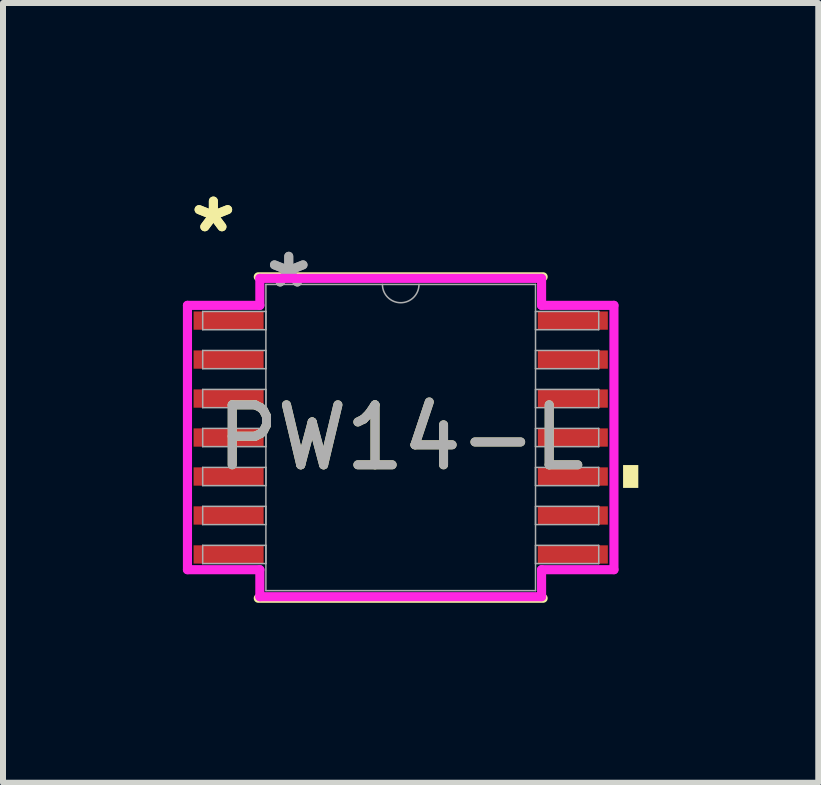
<source format=kicad_pcb>
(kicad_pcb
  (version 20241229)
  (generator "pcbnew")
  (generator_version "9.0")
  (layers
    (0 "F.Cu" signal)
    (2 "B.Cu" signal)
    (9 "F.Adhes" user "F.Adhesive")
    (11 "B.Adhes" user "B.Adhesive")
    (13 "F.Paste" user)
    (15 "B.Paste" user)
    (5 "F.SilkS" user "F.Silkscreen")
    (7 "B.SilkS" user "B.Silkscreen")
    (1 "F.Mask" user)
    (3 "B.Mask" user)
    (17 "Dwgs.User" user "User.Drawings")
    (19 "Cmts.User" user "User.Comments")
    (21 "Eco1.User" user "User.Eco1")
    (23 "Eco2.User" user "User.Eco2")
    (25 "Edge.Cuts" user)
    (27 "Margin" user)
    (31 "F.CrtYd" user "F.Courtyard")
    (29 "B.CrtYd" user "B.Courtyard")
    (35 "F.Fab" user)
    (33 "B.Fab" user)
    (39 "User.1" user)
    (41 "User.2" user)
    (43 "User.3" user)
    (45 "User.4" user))
  (footprint "PW14-L"
    (layer "F.Cu")
    (at 3.632 4.246)
    (property "Reference" "PW14-L" (at 0 0 0) (unlocked yes) (layer "F.SilkS") (effects (font (size 1 1) (thickness 0.15))))
    (attr smd)
    (fp_line (start -2.375 2.68) (end 2.375 2.68) (stroke (width 0.152) (type solid)) (layer "F.SilkS"))
    (fp_line (start 2.375 -2.68) (end -2.375 -2.68) (stroke (width 0.152) (type solid)) (layer "F.SilkS"))
    (fp_poly (pts (xy 3.962 0.459) (xy 3.962 0.84) (xy 3.708 0.84) (xy 3.708 0.459)) (stroke (width 0) (type solid)) (fill yes) (layer "F.SilkS"))
    (fp_line (start -3.556 -2.204) (end -2.349 -2.204) (stroke (width 0.152) (type solid)) (layer "F.CrtYd"))
    (fp_line (start -3.556 2.204) (end -3.556 -2.204) (stroke (width 0.152) (type solid)) (layer "F.CrtYd"))
    (fp_line (start -3.556 2.204) (end -2.349 2.204) (stroke (width 0.152) (type solid)) (layer "F.CrtYd"))
    (fp_line (start -2.349 -2.654) (end 2.349 -2.654) (stroke (width 0.152) (type solid)) (layer "F.CrtYd"))
    (fp_line (start -2.349 -2.204) (end -2.349 -2.654) (stroke (width 0.152) (type solid)) (layer "F.CrtYd"))
    (fp_line (start -2.349 2.654) (end -2.349 2.204) (stroke (width 0.152) (type solid)) (layer "F.CrtYd"))
    (fp_line (start 2.349 -2.654) (end 2.349 -2.204) (stroke (width 0.152) (type solid)) (layer "F.CrtYd"))
    (fp_line (start 2.349 2.204) (end 2.349 2.654) (stroke (width 0.152) (type solid)) (layer "F.CrtYd"))
    (fp_line (start 2.349 2.654) (end -2.349 2.654) (stroke (width 0.152) (type solid)) (layer "F.CrtYd"))
    (fp_line (start 3.556 -2.204) (end 2.349 -2.204) (stroke (width 0.152) (type solid)) (layer "F.CrtYd"))
    (fp_line (start 3.556 -2.204) (end 3.556 2.204) (stroke (width 0.152) (type solid)) (layer "F.CrtYd"))
    (fp_line (start 3.556 2.204) (end 2.349 2.204) (stroke (width 0.152) (type solid)) (layer "F.CrtYd"))
    (fp_line (start -3.302 -2.102) (end -3.302 -1.798) (stroke (width 0.025) (type solid)) (layer "F.Fab"))
    (fp_line (start -3.302 -1.798) (end -2.248 -1.798) (stroke (width 0.025) (type solid)) (layer "F.Fab"))
    (fp_line (start -3.302 -1.452) (end -3.302 -1.148) (stroke (width 0.025) (type solid)) (layer "F.Fab"))
    (fp_line (start -3.302 -1.148) (end -2.248 -1.148) (stroke (width 0.025) (type solid)) (layer "F.Fab"))
    (fp_line (start -3.302 -0.802) (end -3.302 -0.498) (stroke (width 0.025) (type solid)) (layer "F.Fab"))
    (fp_line (start -3.302 -0.498) (end -2.248 -0.498) (stroke (width 0.025) (type solid)) (layer "F.Fab"))
    (fp_line (start -3.302 -0.152) (end -3.302 0.152) (stroke (width 0.025) (type solid)) (layer "F.Fab"))
    (fp_line (start -3.302 0.152) (end -2.248 0.152) (stroke (width 0.025) (type solid)) (layer "F.Fab"))
    (fp_line (start -3.302 0.498) (end -3.302 0.802) (stroke (width 0.025) (type solid)) (layer "F.Fab"))
    (fp_line (start -3.302 0.802) (end -2.248 0.802) (stroke (width 0.025) (type solid)) (layer "F.Fab"))
    (fp_line (start -3.302 1.148) (end -3.302 1.452) (stroke (width 0.025) (type solid)) (layer "F.Fab"))
    (fp_line (start -3.302 1.452) (end -2.248 1.452) (stroke (width 0.025) (type solid)) (layer "F.Fab"))
    (fp_line (start -3.302 1.798) (end -3.302 2.102) (stroke (width 0.025) (type solid)) (layer "F.Fab"))
    (fp_line (start -3.302 2.102) (end -2.248 2.102) (stroke (width 0.025) (type solid)) (layer "F.Fab"))
    (fp_line (start -2.248 -2.553) (end -2.248 2.553) (stroke (width 0.025) (type solid)) (layer "F.Fab"))
    (fp_line (start -2.248 -2.102) (end -3.302 -2.102) (stroke (width 0.025) (type solid)) (layer "F.Fab"))
    (fp_line (start -2.248 -1.798) (end -2.248 -2.102) (stroke (width 0.025) (type solid)) (layer "F.Fab"))
    (fp_line (start -2.248 -1.452) (end -3.302 -1.452) (stroke (width 0.025) (type solid)) (layer "F.Fab"))
    (fp_line (start -2.248 -1.148) (end -2.248 -1.452) (stroke (width 0.025) (type solid)) (layer "F.Fab"))
    (fp_line (start -2.248 -0.802) (end -3.302 -0.802) (stroke (width 0.025) (type solid)) (layer "F.Fab"))
    (fp_line (start -2.248 -0.498) (end -2.248 -0.802) (stroke (width 0.025) (type solid)) (layer "F.Fab"))
    (fp_line (start -2.248 -0.152) (end -3.302 -0.152) (stroke (width 0.025) (type solid)) (layer "F.Fab"))
    (fp_line (start -2.248 0.152) (end -2.248 -0.152) (stroke (width 0.025) (type solid)) (layer "F.Fab"))
    (fp_line (start -2.248 0.498) (end -3.302 0.498) (stroke (width 0.025) (type solid)) (layer "F.Fab"))
    (fp_line (start -2.248 0.802) (end -2.248 0.498) (stroke (width 0.025) (type solid)) (layer "F.Fab"))
    (fp_line (start -2.248 1.148) (end -3.302 1.148) (stroke (width 0.025) (type solid)) (layer "F.Fab"))
    (fp_line (start -2.248 1.452) (end -2.248 1.148) (stroke (width 0.025) (type solid)) (layer "F.Fab"))
    (fp_line (start -2.248 1.798) (end -3.302 1.798) (stroke (width 0.025) (type solid)) (layer "F.Fab"))
    (fp_line (start -2.248 2.102) (end -2.248 1.798) (stroke (width 0.025) (type solid)) (layer "F.Fab"))
    (fp_line (start -2.248 2.553) (end 2.248 2.553) (stroke (width 0.025) (type solid)) (layer "F.Fab"))
    (fp_line (start 2.248 -2.553) (end -2.248 -2.553) (stroke (width 0.025) (type solid)) (layer "F.Fab"))
    (fp_line (start 2.248 -2.102) (end 2.248 -1.798) (stroke (width 0.025) (type solid)) (layer "F.Fab"))
    (fp_line (start 2.248 -1.798) (end 3.302 -1.798) (stroke (width 0.025) (type solid)) (layer "F.Fab"))
    (fp_line (start 2.248 -1.452) (end 2.248 -1.148) (stroke (width 0.025) (type solid)) (layer "F.Fab"))
    (fp_line (start 2.248 -1.148) (end 3.302 -1.148) (stroke (width 0.025) (type solid)) (layer "F.Fab"))
    (fp_line (start 2.248 -0.802) (end 2.248 -0.498) (stroke (width 0.025) (type solid)) (layer "F.Fab"))
    (fp_line (start 2.248 -0.498) (end 3.302 -0.498) (stroke (width 0.025) (type solid)) (layer "F.Fab"))
    (fp_line (start 2.248 -0.152) (end 2.248 0.152) (stroke (width 0.025) (type solid)) (layer "F.Fab"))
    (fp_line (start 2.248 0.152) (end 3.302 0.152) (stroke (width 0.025) (type solid)) (layer "F.Fab"))
    (fp_line (start 2.248 0.498) (end 2.248 0.802) (stroke (width 0.025) (type solid)) (layer "F.Fab"))
    (fp_line (start 2.248 0.802) (end 3.302 0.802) (stroke (width 0.025) (type solid)) (layer "F.Fab"))
    (fp_line (start 2.248 1.148) (end 2.248 1.452) (stroke (width 0.025) (type solid)) (layer "F.Fab"))
    (fp_line (start 2.248 1.452) (end 3.302 1.452) (stroke (width 0.025) (type solid)) (layer "F.Fab"))
    (fp_line (start 2.248 1.798) (end 2.248 2.102) (stroke (width 0.025) (type solid)) (layer "F.Fab"))
    (fp_line (start 2.248 2.102) (end 3.302 2.102) (stroke (width 0.025) (type solid)) (layer "F.Fab"))
    (fp_line (start 2.248 2.553) (end 2.248 -2.553) (stroke (width 0.025) (type solid)) (layer "F.Fab"))
    (fp_line (start 3.302 -2.102) (end 2.248 -2.102) (stroke (width 0.025) (type solid)) (layer "F.Fab"))
    (fp_line (start 3.302 -1.798) (end 3.302 -2.102) (stroke (width 0.025) (type solid)) (layer "F.Fab"))
    (fp_line (start 3.302 -1.452) (end 2.248 -1.452) (stroke (width 0.025) (type solid)) (layer "F.Fab"))
    (fp_line (start 3.302 -1.148) (end 3.302 -1.452) (stroke (width 0.025) (type solid)) (layer "F.Fab"))
    (fp_line (start 3.302 -0.802) (end 2.248 -0.802) (stroke (width 0.025) (type solid)) (layer "F.Fab"))
    (fp_line (start 3.302 -0.498) (end 3.302 -0.802) (stroke (width 0.025) (type solid)) (layer "F.Fab"))
    (fp_line (start 3.302 -0.152) (end 2.248 -0.152) (stroke (width 0.025) (type solid)) (layer "F.Fab"))
    (fp_line (start 3.302 0.152) (end 3.302 -0.152) (stroke (width 0.025) (type solid)) (layer "F.Fab"))
    (fp_line (start 3.302 0.498) (end 2.248 0.498) (stroke (width 0.025) (type solid)) (layer "F.Fab"))
    (fp_line (start 3.302 0.802) (end 3.302 0.498) (stroke (width 0.025) (type solid)) (layer "F.Fab"))
    (fp_line (start 3.302 1.148) (end 2.248 1.148) (stroke (width 0.025) (type solid)) (layer "F.Fab"))
    (fp_line (start 3.302 1.452) (end 3.302 1.148) (stroke (width 0.025) (type solid)) (layer "F.Fab"))
    (fp_line (start 3.302 1.798) (end 2.248 1.798) (stroke (width 0.025) (type solid)) (layer "F.Fab"))
    (fp_line (start 3.302 2.102) (end 3.302 1.798) (stroke (width 0.025) (type solid)) (layer "F.Fab"))
    (fp_arc (start 0.3048 -2.5527) (mid 0 -2.2479) (end -0.3048 -2.5527) (stroke (width 0.0254) (type solid)) (layer "F.Fab"))
    (fp_text user "*" (at -3.124 -3.398 0) (unlocked yes) (layer "F.SilkS") (effects (font (size 1 1) (thickness 0.15))))
    (fp_text user "*" (at -3.124 -3.398 0) (layer "F.SilkS") (effects (font (size 1 1) (thickness 0.15))))
    (fp_text user "${REFERENCE}" (at 0 0 0) (unlocked yes) (layer "F.Fab") (effects (font (size 1 1) (thickness 0.15))))
    (fp_text user "*" (at -1.867 -2.477 0) (unlocked yes) (layer "F.Fab") (effects (font (size 1 1) (thickness 0.15))))
    (fp_text user "*" (at -1.867 -2.477 0) (layer "F.Fab") (effects (font (size 1 1) (thickness 0.15))))
    (pad "1" smd rect (at -2.87 -1.95) (size 1.168 0.305) (layers "F.Cu" "F.Mask" "F.Paste"))
    (pad "2" smd rect (at -2.87 -1.3) (size 1.168 0.305) (layers "F.Cu" "F.Mask" "F.Paste"))
    (pad "3" smd rect (at -2.87 -0.65) (size 1.168 0.305) (layers "F.Cu" "F.Mask" "F.Paste"))
    (pad "4" smd rect (at -2.87 0) (size 1.168 0.305) (layers "F.Cu" "F.Mask" "F.Paste"))
    (pad "5" smd rect (at -2.87 0.65) (size 1.168 0.305) (layers "F.Cu" "F.Mask" "F.Paste"))
    (pad "6" smd rect (at -2.87 1.3) (size 1.168 0.305) (layers "F.Cu" "F.Mask" "F.Paste"))
    (pad "7" smd rect (at -2.87 1.95) (size 1.168 0.305) (layers "F.Cu" "F.Mask" "F.Paste"))
    (pad "8" smd rect (at 2.87 1.95) (size 1.168 0.305) (layers "F.Cu" "F.Mask" "F.Paste"))
    (pad "9" smd rect (at 2.87 1.3) (size 1.168 0.305) (layers "F.Cu" "F.Mask" "F.Paste"))
    (pad "10" smd rect (at 2.87 0.65) (size 1.168 0.305) (layers "F.Cu" "F.Mask" "F.Paste"))
    (pad "11" smd rect (at 2.87 0) (size 1.168 0.305) (layers "F.Cu" "F.Mask" "F.Paste"))
    (pad "12" smd rect (at 2.87 -0.65) (size 1.168 0.305) (layers "F.Cu" "F.Mask" "F.Paste"))
    (pad "13" smd rect (at 2.87 -1.3) (size 1.168 0.305) (layers "F.Cu" "F.Mask" "F.Paste"))
    (pad "14" smd rect (at 2.87 -1.95) (size 1.168 0.305) (layers "F.Cu" "F.Mask" "F.Paste")))
  (gr_rect
    (start -3 -3)
    (end 10.595 10.002)
    (stroke (width 0.1) (type default))
    (fill no)
    (layer "Edge.Cuts")))
</source>
